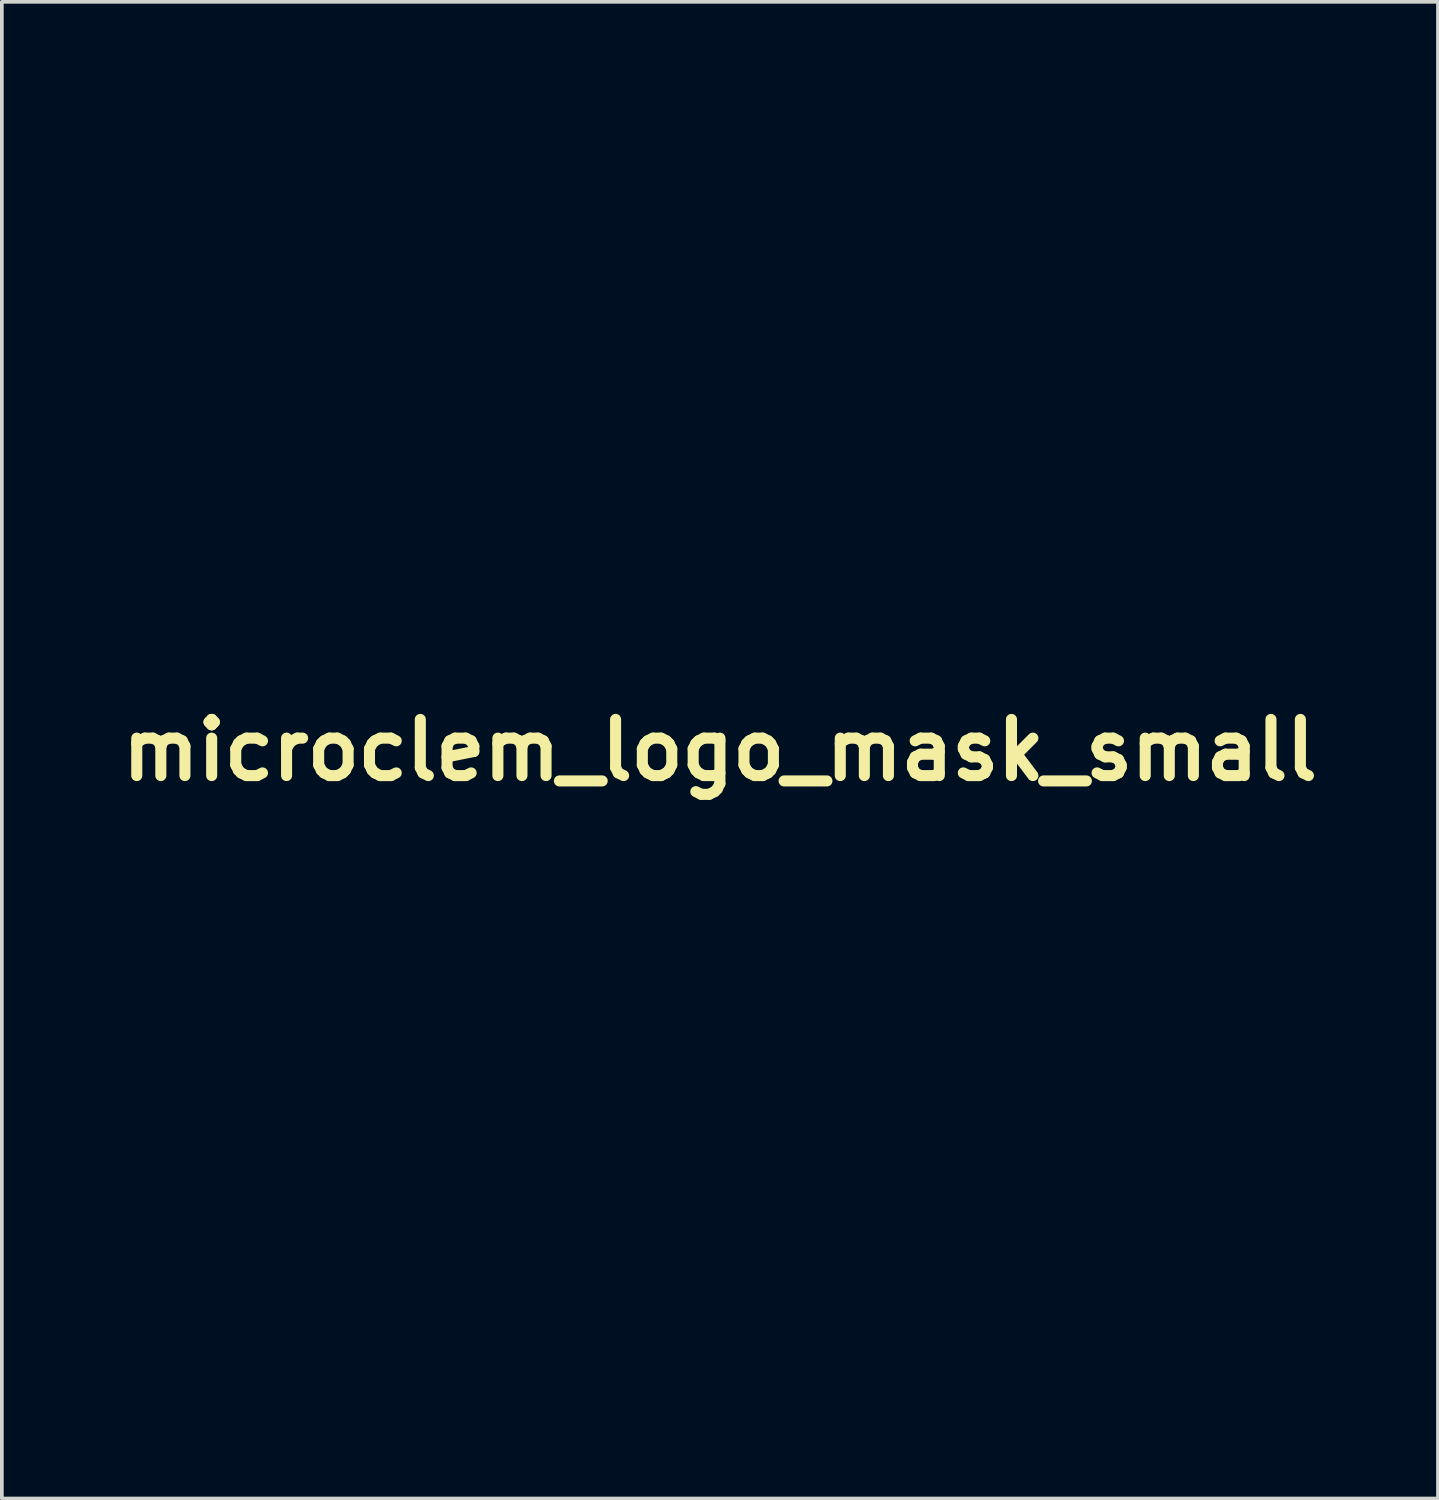
<source format=kicad_pcb>
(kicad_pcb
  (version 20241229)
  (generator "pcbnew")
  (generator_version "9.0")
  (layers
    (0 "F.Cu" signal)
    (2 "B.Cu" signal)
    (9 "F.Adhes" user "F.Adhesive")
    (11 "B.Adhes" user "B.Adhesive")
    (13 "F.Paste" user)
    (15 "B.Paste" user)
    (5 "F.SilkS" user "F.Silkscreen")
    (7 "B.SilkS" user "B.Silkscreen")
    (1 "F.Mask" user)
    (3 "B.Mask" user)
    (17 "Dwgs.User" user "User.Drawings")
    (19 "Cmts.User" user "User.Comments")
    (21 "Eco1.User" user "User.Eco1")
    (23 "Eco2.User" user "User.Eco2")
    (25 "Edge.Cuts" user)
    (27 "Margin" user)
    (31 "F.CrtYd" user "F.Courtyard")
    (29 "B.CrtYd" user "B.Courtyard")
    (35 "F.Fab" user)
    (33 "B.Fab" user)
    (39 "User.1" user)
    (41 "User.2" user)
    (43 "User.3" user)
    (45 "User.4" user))
  (footprint "microclem_logo_mask_small"
    (layer "F.Cu")
    (at 16.481 17.302)
    (property "Reference" "microclem_logo_mask_small" (at 0 0 0) (layer "F.SilkS") (effects (font (size 1.524 1.524) (thickness 0.3))))
    (attr through_hole)
    (fp_poly (pts (xy -2.718 -1.968) (xy -2.731 -1.956) (xy -2.743 -1.968) (xy -2.731 -1.981) (xy -2.718 -1.968)) (stroke (width 0.01) (type solid)) (fill yes) (layer "F.Mask"))
    (fp_poly (pts (xy -2.134 2.985) (xy -2.146 2.997) (xy -2.159 2.985) (xy -2.146 2.972) (xy -2.134 2.985)) (stroke (width 0.01) (type solid)) (fill yes) (layer "F.Mask"))
    (fp_poly (pts (xy 9.086 13.14) (xy 9.285 13.181) (xy 9.454 13.261) (xy 9.59 13.379) (xy 9.691 13.532) (xy 9.753 13.716) (xy 9.773 13.862) (xy 9.786 14.046) (xy 8.204 14.046) (xy 8.204 13.973) (xy 8.217 13.872) (xy 8.252 13.747) (xy 8.302 13.618) (xy 8.359 13.502) (xy 8.39 13.454) (xy 8.523 13.307) (xy 8.678 13.205) (xy 8.855 13.148) (xy 9.054 13.138) (xy 9.086 13.14)) (stroke (width 0.01) (type solid)) (fill yes) (layer "F.Mask"))
    (fp_poly (pts (xy 0.087 13.181) (xy 0.23 13.214) (xy 0.354 13.275) (xy 0.475 13.369) (xy 0.583 13.498) (xy 0.671 13.666) (xy 0.734 13.863) (xy 0.771 14.082) (xy 0.779 14.312) (xy 0.776 14.376) (xy 0.742 14.641) (xy 0.678 14.865) (xy 0.584 15.049) (xy 0.46 15.195) (xy 0.305 15.305) (xy 0.294 15.31) (xy 0.165 15.357) (xy 0.007 15.383) (xy -0.162 15.39) (xy -0.322 15.375) (xy -0.446 15.342) (xy -0.568 15.274) (xy -0.689 15.175) (xy -0.791 15.061) (xy -0.838 14.985) (xy -0.903 14.835) (xy -0.946 14.673) (xy -0.969 14.486) (xy -0.976 14.287) (xy -0.975 14.136) (xy -0.967 14.019) (xy -0.952 13.921) (xy -0.928 13.826) (xy -0.922 13.805) (xy -0.837 13.594) (xy -0.728 13.428) (xy -0.593 13.304) (xy -0.43 13.222) (xy -0.236 13.178) (xy -0.089 13.171) (xy 0.087 13.181)) (stroke (width 0.01) (type solid)) (fill yes) (layer "F.Mask"))
    (fp_poly (pts (xy -0.077 -0.242) (xy 0.009 -0.23) (xy 0.088 -0.221) (xy 0.156 -0.199) (xy 0.215 -0.139) (xy 0.223 -0.127) (xy 0.27 -0.06) (xy 0.313 -0.005) (xy 0.321 0.004) (xy 0.344 0.043) (xy 0.343 0.097) (xy 0.332 0.144) (xy 0.313 0.225) (xy 0.3 0.297) (xy 0.299 0.305) (xy 0.274 0.361) (xy 0.207 0.412) (xy 0.192 0.42) (xy 0.129 0.458) (xy 0.088 0.493) (xy 0.082 0.502) (xy 0.051 0.525) (xy -0.006 0.532) (xy -0.069 0.522) (xy -0.102 0.508) (xy -0.155 0.489) (xy -0.209 0.483) (xy -0.26 0.472) (xy -0.301 0.432) (xy -0.33 0.382) (xy -0.369 0.316) (xy -0.406 0.27) (xy -0.416 0.262) (xy -0.434 0.242) (xy -0.439 0.202) (xy -0.431 0.131) (xy -0.423 0.086) (xy -0.39 -0.042) (xy -0.349 -0.121) (xy -0.299 -0.152) (xy -0.293 -0.152) (xy -0.254 -0.17) (xy -0.214 -0.205) (xy -0.167 -0.241) (xy -0.107 -0.247) (xy -0.077 -0.242)) (stroke (width 0.01) (type solid)) (fill yes) (layer "F.Mask"))
    (fp_poly (pts (xy 15.875 17.297) (xy -15.85 17.297) (xy -15.85 12.802) (xy -13.64 12.802) (xy -13.64 15.773) (xy -13.183 15.773) (xy -13.183 14.806) (xy -13.183 13.84) (xy -13.062 13.596) (xy -12.969 13.422) (xy -12.884 13.295) (xy -12.803 13.211) (xy -12.724 13.166) (xy -12.666 13.157) (xy -12.592 13.168) (xy -12.543 13.207) (xy -12.529 13.226) (xy -12.519 13.245) (xy -12.51 13.271) (xy -12.503 13.307) (xy -12.497 13.36) (xy -12.492 13.432) (xy -12.488 13.528) (xy -12.485 13.653) (xy -12.483 13.812) (xy -12.48 14.008) (xy -12.478 14.245) (xy -12.477 14.529) (xy -12.477 14.534) (xy -12.469 15.773) (xy -12.014 15.773) (xy -12.014 13.839) (xy -11.884 13.585) (xy -11.795 13.422) (xy -11.717 13.302) (xy -11.646 13.221) (xy -11.578 13.174) (xy -11.508 13.157) (xy -11.497 13.157) (xy -11.424 13.168) (xy -11.374 13.207) (xy -11.361 13.226) (xy -11.35 13.245) (xy -11.342 13.271) (xy -11.334 13.307) (xy -11.328 13.36) (xy -11.324 13.432) (xy -11.32 13.528) (xy -11.317 13.653) (xy -11.314 13.811) (xy -11.312 14.007) (xy -11.31 14.245) (xy -11.308 14.529) (xy -11.308 14.534) (xy -11.301 15.773) (xy -10.843 15.773) (xy -10.846 15.342) (xy -10.287 15.342) (xy -10.287 15.773) (xy -7.925 15.773) (xy -7.925 15.342) (xy -8.814 15.342) (xy -8.814 14.225) (xy -7.41 14.225) (xy -7.406 14.527) (xy -7.361 14.801) (xy -7.279 15.047) (xy -7.159 15.261) (xy -7.003 15.442) (xy -6.812 15.589) (xy -6.587 15.699) (xy -6.385 15.759) (xy -6.229 15.782) (xy -6.041 15.792) (xy -5.837 15.789) (xy -5.634 15.774) (xy -5.448 15.748) (xy -5.321 15.718) (xy -5.118 15.659) (xy -5.111 15.434) (xy -5.108 15.327) (xy -5.109 15.261) (xy -5.117 15.229) (xy -5.132 15.221) (xy -5.149 15.226) (xy -5.445 15.322) (xy -5.721 15.372) (xy -5.978 15.377) (xy -6.068 15.367) (xy -6.291 15.318) (xy -6.477 15.237) (xy -6.626 15.122) (xy -6.741 14.972) (xy -6.823 14.784) (xy -6.876 14.556) (xy -6.885 14.486) (xy -6.893 14.219) (xy -6.858 13.96) (xy -6.805 13.781) (xy -6.733 13.641) (xy -6.626 13.502) (xy -6.497 13.378) (xy -6.359 13.282) (xy -6.329 13.267) (xy -6.177 13.214) (xy -5.993 13.187) (xy -5.791 13.184) (xy -5.582 13.205) (xy -5.38 13.25) (xy -5.216 13.309) (xy -5.105 13.358) (xy -5.105 12.901) (xy -5.188 12.867) (xy -5.36 12.813) (xy -5.435 12.802) (xy -4.369 12.802) (xy -4.369 15.773) (xy -3.861 15.773) (xy -3.861 14.313) (xy -1.481 14.313) (xy -1.468 14.594) (xy -1.428 14.837) (xy -1.361 15.049) (xy -1.263 15.238) (xy -1.132 15.409) (xy -1.12 15.423) (xy -0.949 15.573) (xy -0.744 15.69) (xy -0.509 15.772) (xy -0.371 15.8) (xy -0.248 15.81) (xy -0.097 15.81) (xy 0.061 15.799) (xy 0.204 15.779) (xy 0.254 15.769) (xy 0.46 15.697) (xy 0.659 15.587) (xy 0.835 15.446) (xy 0.851 15.431) (xy 1.012 15.239) (xy 1.134 15.026) (xy 1.218 14.787) (xy 1.266 14.518) (xy 1.278 14.249) (xy 1.278 14.225) (xy 1.861 14.225) (xy 1.865 14.527) (xy 1.91 14.801) (xy 1.992 15.047) (xy 2.112 15.261) (xy 2.268 15.442) (xy 2.459 15.589) (xy 2.684 15.699) (xy 2.886 15.759) (xy 3.042 15.782) (xy 3.23 15.792) (xy 3.434 15.789) (xy 3.637 15.774) (xy 3.823 15.748) (xy 3.95 15.718) (xy 4.153 15.659) (xy 4.16 15.434) (xy 4.163 15.342) (xy 4.851 15.342) (xy 4.851 15.773) (xy 7.214 15.773) (xy 7.214 15.342) (xy 6.325 15.342) (xy 6.325 14.344) (xy 7.684 14.344) (xy 7.692 14.55) (xy 7.714 14.737) (xy 7.731 14.819) (xy 7.814 15.072) (xy 7.931 15.287) (xy 8.082 15.465) (xy 8.268 15.607) (xy 8.491 15.712) (xy 8.749 15.783) (xy 8.849 15.799) (xy 8.965 15.809) (xy 9.117 15.811) (xy 9.287 15.807) (xy 9.463 15.797) (xy 9.627 15.782) (xy 9.703 15.772) (xy 9.816 15.753) (xy 9.934 15.732) (xy 10.001 15.718) (xy 10.135 15.689) (xy 10.135 15.487) (xy 10.134 15.387) (xy 10.13 15.328) (xy 10.12 15.301) (xy 10.101 15.295) (xy 10.077 15.301) (xy 9.919 15.336) (xy 9.736 15.364) (xy 9.538 15.383) (xy 9.339 15.394) (xy 9.15 15.395) (xy 8.983 15.387) (xy 8.849 15.368) (xy 8.813 15.359) (xy 8.623 15.279) (xy 8.463 15.161) (xy 8.338 15.011) (xy 8.252 14.834) (xy 8.208 14.637) (xy 8.204 14.55) (xy 8.204 14.427) (xy 10.284 14.427) (xy 10.301 14.312) (xy 10.307 14.229) (xy 10.307 14.118) (xy 10.301 14.004) (xy 10.301 14.001) (xy 10.256 13.713) (xy 10.176 13.461) (xy 10.063 13.245) (xy 9.916 13.068) (xy 9.737 12.929) (xy 9.527 12.83) (xy 9.412 12.802) (xy 10.871 12.802) (xy 10.871 15.773) (xy 11.328 15.773) (xy 11.328 13.84) (xy 11.449 13.596) (xy 11.542 13.422) (xy 11.627 13.295) (xy 11.708 13.211) (xy 11.787 13.166) (xy 11.845 13.157) (xy 11.919 13.168) (xy 11.968 13.207) (xy 11.982 13.226) (xy 11.992 13.245) (xy 12.001 13.271) (xy 12.008 13.307) (xy 12.014 13.36) (xy 12.019 13.432) (xy 12.023 13.528) (xy 12.026 13.653) (xy 12.028 13.812) (xy 12.031 14.008) (xy 12.033 14.245) (xy 12.034 14.529) (xy 12.034 14.534) (xy 12.042 15.773) (xy 12.497 15.773) (xy 12.497 13.839) (xy 12.627 13.585) (xy 12.716 13.422) (xy 12.794 13.302) (xy 12.865 13.221) (xy 12.933 13.174) (xy 13.003 13.157) (xy 13.014 13.157) (xy 13.087 13.168) (xy 13.137 13.207) (xy 13.15 13.226) (xy 13.161 13.245) (xy 13.169 13.271) (xy 13.177 13.307) (xy 13.183 13.36) (xy 13.187 13.432) (xy 13.191 13.528) (xy 13.194 13.653) (xy 13.197 13.811) (xy 13.199 14.007) (xy 13.201 14.245) (xy 13.203 14.529) (xy 13.203 14.534) (xy 13.21 15.773) (xy 13.668 15.773) (xy 13.66 14.51) (xy 13.658 14.224) (xy 13.656 13.984) (xy 13.654 13.785) (xy 13.652 13.624) (xy 13.649 13.495) (xy 13.645 13.393) (xy 13.641 13.314) (xy 13.635 13.254) (xy 13.627 13.208) (xy 13.618 13.17) (xy 13.608 13.137) (xy 13.595 13.105) (xy 13.524 12.972) (xy 13.431 12.863) (xy 13.327 12.789) (xy 13.302 12.778) (xy 13.186 12.754) (xy 13.054 12.755) (xy 12.93 12.78) (xy 12.881 12.8) (xy 12.767 12.879) (xy 12.661 12.998) (xy 12.559 13.161) (xy 12.53 13.216) (xy 12.438 13.399) (xy 12.407 13.219) (xy 12.367 13.049) (xy 12.31 12.922) (xy 12.231 12.835) (xy 12.126 12.781) (xy 11.989 12.756) (xy 11.975 12.755) (xy 11.832 12.762) (xy 11.707 12.803) (xy 11.595 12.883) (xy 11.49 13.005) (xy 11.387 13.173) (xy 11.372 13.201) (xy 11.33 13.278) (xy 11.299 13.317) (xy 11.277 13.317) (xy 11.264 13.273) (xy 11.257 13.184) (xy 11.254 13.047) (xy 11.254 13.037) (xy 11.252 12.802) (xy 10.871 12.802) (xy 9.412 12.802) (xy 9.285 12.77) (xy 9.021 12.751) (xy 8.769 12.771) (xy 8.543 12.832) (xy 8.338 12.937) (xy 8.148 13.088) (xy 8.116 13.119) (xy 7.966 13.295) (xy 7.849 13.495) (xy 7.758 13.729) (xy 7.743 13.78) (xy 7.709 13.942) (xy 7.69 14.136) (xy 7.684 14.344) (xy 6.325 14.344) (xy 6.325 11.582) (xy 4.928 11.582) (xy 4.928 11.989) (xy 5.817 11.989) (xy 5.817 15.342) (xy 4.851 15.342) (xy 4.163 15.342) (xy 4.163 15.327) (xy 4.162 15.261) (xy 4.154 15.229) (xy 4.139 15.221) (xy 4.122 15.226) (xy 3.826 15.322) (xy 3.55 15.372) (xy 3.293 15.377) (xy 3.203 15.367) (xy 2.98 15.318) (xy 2.794 15.237) (xy 2.645 15.122) (xy 2.53 14.972) (xy 2.448 14.784) (xy 2.395 14.556) (xy 2.386 14.486) (xy 2.378 14.219) (xy 2.413 13.96) (xy 2.466 13.781) (xy 2.538 13.641) (xy 2.645 13.502) (xy 2.774 13.378) (xy 2.912 13.282) (xy 2.942 13.267) (xy 3.094 13.214) (xy 3.278 13.187) (xy 3.48 13.184) (xy 3.689 13.205) (xy 3.891 13.25) (xy 4.055 13.309) (xy 4.166 13.358) (xy 4.166 12.901) (xy 4.083 12.867) (xy 3.911 12.813) (xy 3.698 12.78) (xy 3.443 12.766) (xy 3.378 12.765) (xy 3.225 12.767) (xy 3.108 12.773) (xy 3.012 12.787) (xy 2.921 12.809) (xy 2.883 12.82) (xy 2.628 12.924) (xy 2.407 13.065) (xy 2.222 13.242) (xy 2.073 13.452) (xy 1.962 13.694) (xy 1.89 13.965) (xy 1.861 14.225) (xy 1.278 14.225) (xy 1.272 14.025) (xy 1.252 13.842) (xy 1.235 13.757) (xy 1.15 13.498) (xy 1.03 13.276) (xy 0.876 13.091) (xy 0.69 12.945) (xy 0.474 12.839) (xy 0.228 12.774) (xy -0.046 12.751) (xy -0.055 12.751) (xy -0.255 12.758) (xy -0.425 12.784) (xy -0.585 12.832) (xy -0.728 12.893) (xy -0.93 13.016) (xy -1.107 13.178) (xy -1.251 13.372) (xy -1.302 13.466) (xy -1.377 13.632) (xy -1.428 13.784) (xy -1.461 13.939) (xy -1.477 14.112) (xy -1.481 14.313) (xy -3.861 14.313) (xy -3.861 13.814) (xy -3.6 13.553) (xy -3.431 13.395) (xy -3.279 13.279) (xy -3.14 13.204) (xy -3.009 13.167) (xy -2.88 13.166) (xy -2.798 13.182) (xy -2.669 13.237) (xy -2.571 13.326) (xy -2.501 13.452) (xy -2.458 13.619) (xy -2.445 13.735) (xy -2.431 13.919) (xy -1.93 13.919) (xy -1.931 13.811) (xy -1.941 13.673) (xy -1.966 13.519) (xy -2.001 13.369) (xy -2.044 13.241) (xy -2.065 13.194) (xy -2.176 13.027) (xy -2.317 12.899) (xy -2.489 12.812) (xy -2.694 12.764) (xy -2.785 12.756) (xy -2.991 12.763) (xy -3.184 12.808) (xy -3.37 12.894) (xy -3.556 13.024) (xy -3.725 13.18) (xy -3.796 13.25) (xy -3.854 13.304) (xy -3.89 13.332) (xy -3.895 13.335) (xy -3.902 13.311) (xy -3.907 13.247) (xy -3.911 13.154) (xy -3.912 13.068) (xy -3.912 12.802) (xy -4.369 12.802) (xy -5.435 12.802) (xy -5.573 12.78) (xy -5.828 12.766) (xy -5.893 12.765) (xy -6.046 12.767) (xy -6.163 12.773) (xy -6.259 12.787) (xy -6.35 12.809) (xy -6.388 12.82) (xy -6.643 12.924) (xy -6.864 13.065) (xy -7.049 13.242) (xy -7.198 13.452) (xy -7.309 13.694) (xy -7.381 13.965) (xy -7.41 14.225) (xy -8.814 14.225) (xy -8.814 12.802) (xy -10.211 12.802) (xy -10.211 13.208) (xy -9.322 13.208) (xy -9.322 15.342) (xy -10.287 15.342) (xy -10.846 15.342) (xy -10.851 14.51) (xy -10.853 14.224) (xy -10.855 13.984) (xy -10.857 13.785) (xy -10.859 13.624) (xy -10.862 13.495) (xy -10.866 13.393) (xy -10.87 13.314) (xy -10.876 13.254) (xy -10.884 13.208) (xy -10.893 13.17) (xy -10.903 13.137) (xy -10.916 13.105) (xy -10.987 12.972) (xy -11.08 12.863) (xy -11.184 12.789) (xy -11.209 12.778) (xy -11.325 12.754) (xy -11.457 12.755) (xy -11.581 12.78) (xy -11.63 12.8) (xy -11.744 12.879) (xy -11.85 12.998) (xy -11.952 13.161) (xy -11.981 13.216) (xy -12.073 13.399) (xy -12.104 13.219) (xy -12.144 13.049) (xy -12.201 12.922) (xy -12.28 12.835) (xy -12.385 12.781) (xy -12.522 12.756) (xy -12.536 12.755) (xy -12.679 12.762) (xy -12.804 12.803) (xy -12.916 12.883) (xy -13.021 13.005) (xy -13.124 13.173) (xy -13.139 13.201) (xy -13.181 13.278) (xy -13.212 13.317) (xy -13.234 13.317) (xy -13.247 13.273) (xy -13.254 13.184) (xy -13.257 13.047) (xy -13.257 13.037) (xy -13.259 12.802) (xy -13.64 12.802) (xy -15.85 12.802) (xy -15.85 11.983) (xy -9.536 11.983) (xy -9.526 12.034) (xy -9.479 12.136) (xy -9.402 12.229) (xy -9.309 12.297) (xy -9.262 12.317) (xy -9.189 12.336) (xy -9.137 12.34) (xy -9.079 12.329) (xy -9.041 12.319) (xy -8.942 12.27) (xy -8.852 12.188) (xy -8.785 12.089) (xy -8.763 12.029) (xy -8.758 11.899) (xy -8.796 11.775) (xy -8.869 11.669) (xy -8.971 11.591) (xy -9.046 11.562) (xy -9.177 11.552) (xy -9.298 11.584) (xy -9.402 11.651) (xy -9.482 11.745) (xy -9.529 11.858) (xy -9.536 11.983) (xy -15.85 11.983) (xy -15.85 8.133) (xy -5.913 8.133) (xy -5.902 8.223) (xy -5.86 8.342) (xy -5.791 8.484) (xy -5.697 8.639) (xy -5.583 8.801) (xy -5.572 8.817) (xy -5.496 8.907) (xy -5.39 9.019) (xy -5.265 9.144) (xy -5.132 9.271) (xy -4.999 9.39) (xy -4.877 9.492) (xy -4.845 9.517) (xy -4.631 9.66) (xy -4.379 9.794) (xy -4.099 9.914) (xy -3.804 10.017) (xy -3.505 10.099) (xy -3.214 10.154) (xy -2.943 10.181) (xy -2.908 10.182) (xy -2.835 10.181) (xy -2.725 10.177) (xy -2.593 10.171) (xy -2.451 10.162) (xy -2.423 10.16) (xy -2.264 10.145) (xy -2.084 10.122) (xy -1.895 10.092) (xy -1.708 10.058) (xy -1.535 10.022) (xy -1.386 9.985) (xy -1.272 9.951) (xy -1.245 9.94) (xy -1.156 9.903) (xy -1.19 9.877) (xy 1.403 9.877) (xy 1.424 9.92) (xy 1.424 9.921) (xy 1.485 9.968) (xy 1.587 10.019) (xy 1.721 10.07) (xy 1.878 10.119) (xy 2.049 10.161) (xy 2.223 10.195) (xy 2.288 10.199) (xy 2.393 10.201) (xy 2.526 10.199) (xy 2.675 10.195) (xy 2.83 10.188) (xy 2.979 10.18) (xy 3.111 10.171) (xy 3.214 10.16) (xy 3.239 10.157) (xy 3.476 10.105) (xy 3.737 10.021) (xy 4.008 9.912) (xy 4.277 9.781) (xy 4.534 9.636) (xy 4.765 9.482) (xy 4.937 9.345) (xy 5.069 9.22) (xy 5.216 9.063) (xy 5.37 8.888) (xy 5.52 8.705) (xy 5.656 8.528) (xy 5.74 8.408) (xy 5.829 8.271) (xy 5.911 8.141) (xy 5.98 8.024) (xy 6.032 7.928) (xy 6.064 7.861) (xy 6.071 7.836) (xy 6.049 7.83) (xy 5.995 7.835) (xy 5.984 7.837) (xy 5.925 7.844) (xy 5.899 7.83) (xy 5.888 7.783) (xy 5.888 7.783) (xy 5.879 7.736) (xy 5.862 7.732) (xy 5.842 7.749) (xy 5.797 7.788) (xy 5.733 7.836) (xy 5.715 7.849) (xy 5.659 7.89) (xy 5.574 7.953) (xy 5.475 8.029) (xy 5.393 8.093) (xy 5.233 8.214) (xy 5.069 8.327) (xy 4.893 8.437) (xy 4.697 8.551) (xy 4.471 8.672) (xy 4.208 8.806) (xy 4.166 8.827) (xy 3.983 8.916) (xy 3.802 9.002) (xy 3.629 9.08) (xy 3.47 9.148) (xy 3.333 9.205) (xy 3.224 9.245) (xy 3.15 9.268) (xy 3.127 9.271) (xy 3.094 9.278) (xy 3.023 9.297) (xy 2.924 9.326) (xy 2.808 9.361) (xy 2.802 9.362) (xy 2.663 9.402) (xy 2.494 9.446) (xy 2.314 9.491) (xy 2.141 9.53) (xy 2.104 9.538) (xy 1.942 9.574) (xy 1.82 9.604) (xy 1.728 9.633) (xy 1.654 9.663) (xy 1.588 9.698) (xy 1.563 9.714) (xy 1.468 9.78) (xy 1.416 9.832) (xy 1.403 9.877) (xy -1.19 9.877) (xy -1.219 9.854) (xy -1.271 9.82) (xy -1.308 9.804) (xy -1.308 9.804) (xy -1.309 9.791) (xy -1.276 9.759) (xy -1.272 9.756) (xy -1.232 9.722) (xy -1.231 9.705) (xy -1.259 9.694) (xy -1.3 9.686) (xy -1.382 9.673) (xy -1.495 9.656) (xy -1.628 9.638) (xy -1.714 9.627) (xy -1.94 9.595) (xy -2.148 9.559) (xy -2.35 9.517) (xy -2.556 9.465) (xy -2.779 9.401) (xy -3.029 9.323) (xy -3.234 9.255) (xy -3.681 9.091) (xy -4.098 8.913) (xy -4.499 8.712) (xy -4.899 8.48) (xy -5.208 8.283) (xy -5.348 8.193) (xy -5.458 8.129) (xy -5.548 8.086) (xy -5.63 8.06) (xy -5.657 8.053) (xy -5.77 8.033) (xy -5.843 8.03) (xy -5.886 8.048) (xy -5.907 8.09) (xy -5.913 8.133) (xy -15.85 8.133) (xy -15.85 7.998) (xy -0.075 7.998) (xy -0.075 8.163) (xy -0.07 8.303) (xy -0.062 8.411) (xy -0.049 8.477) (xy -0.049 8.477) (xy 0.003 8.563) (xy 0.09 8.645) (xy 0.199 8.712) (xy 0.313 8.753) (xy 0.33 8.756) (xy 0.382 8.768) (xy 0.404 8.777) (xy 0.43 8.772) (xy 0.484 8.748) (xy 0.516 8.731) (xy 0.62 8.644) (xy 0.691 8.542) (xy 0.74 8.438) (xy 0.793 8.295) (xy 0.848 8.122) (xy 0.901 7.929) (xy 0.95 7.727) (xy 0.958 7.688) (xy 0.971 7.618) (xy 0.982 7.541) (xy 0.99 7.451) (xy 0.995 7.34) (xy 0.999 7.202) (xy 1.001 7.03) (xy 1.002 6.817) (xy 1.003 6.706) (xy 1.003 6.485) (xy 1.002 6.306) (xy 1 6.159) (xy 0.996 6.037) (xy 0.989 5.93) (xy 0.979 5.828) (xy 0.966 5.723) (xy 0.949 5.607) (xy 0.926 5.469) (xy 0.919 5.423) (xy 0.888 5.244) (xy 0.855 5.058) (xy 0.823 4.882) (xy 0.794 4.728) (xy 0.772 4.623) (xy 0.74 4.473) (xy 0.706 4.308) (xy 0.674 4.153) (xy 0.659 4.078) (xy 0.634 3.967) (xy 0.607 3.871) (xy 0.583 3.805) (xy 0.571 3.784) (xy 0.54 3.733) (xy 0.533 3.704) (xy 0.519 3.661) (xy 0.487 3.622) (xy 0.452 3.601) (xy 0.427 3.608) (xy 0.425 3.612) (xy 0.411 3.614) (xy 0.395 3.576) (xy 0.393 3.569) (xy 0.369 3.509) (xy 0.337 3.458) (xy 0.307 3.431) (xy 0.293 3.432) (xy 0.284 3.465) (xy 0.273 3.54) (xy 0.26 3.651) (xy 0.246 3.79) (xy 0.232 3.949) (xy 0.218 4.121) (xy 0.206 4.299) (xy 0.204 4.343) (xy 0.193 4.502) (xy 0.179 4.696) (xy 0.161 4.912) (xy 0.142 5.135) (xy 0.123 5.351) (xy 0.115 5.436) (xy 0.096 5.641) (xy 0.076 5.857) (xy 0.058 6.069) (xy 0.042 6.264) (xy 0.03 6.428) (xy 0.026 6.49) (xy 0.013 6.67) (xy -0.003 6.873) (xy -0.02 7.075) (xy -0.036 7.252) (xy -0.039 7.274) (xy -0.053 7.448) (xy -0.064 7.632) (xy -0.071 7.818) (xy -0.075 7.998) (xy -15.85 7.998) (xy -15.85 2.807) (xy -10.095 2.807) (xy -10.09 3.091) (xy -10.072 3.34) (xy -10.038 3.565) (xy -9.985 3.779) (xy -9.91 3.994) (xy -9.81 4.222) (xy -9.683 4.474) (xy -9.649 4.538) (xy -9.49 4.802) (xy -9.314 5.043) (xy -9.107 5.272) (xy -8.895 5.474) (xy -8.755 5.595) (xy -8.607 5.713) (xy -8.456 5.827) (xy -8.308 5.933) (xy -8.166 6.028) (xy -8.037 6.108) (xy -7.925 6.171) (xy -7.834 6.214) (xy -7.771 6.232) (xy -7.74 6.224) (xy -7.738 6.207) (xy -7.75 6.134) (xy -7.749 6.098) (xy -7.731 6.088) (xy -7.703 6.089) (xy -7.658 6.087) (xy -7.645 6.075) (xy -7.66 6.049) (xy -7.669 6.037) (xy -5.969 6.037) (xy -5.969 6.161) (xy -5.958 6.273) (xy -5.927 6.391) (xy -5.884 6.495) (xy -5.843 6.557) (xy -5.773 6.599) (xy -5.669 6.619) (xy -5.546 6.615) (xy -5.414 6.589) (xy -5.316 6.554) (xy -5.14 6.466) (xy -4.944 6.351) (xy -4.742 6.22) (xy -4.548 6.08) (xy -4.377 5.943) (xy -4.335 5.906) (xy -4.047 5.636) (xy -3.784 5.37) (xy -3.537 5.098) (xy -3.3 4.811) (xy -3.063 4.5) (xy -2.82 4.154) (xy -2.71 3.992) (xy -2.623 3.86) (xy -2.527 3.717) (xy -2.437 3.581) (xy -2.38 3.497) (xy -2.303 3.375) (xy -2.233 3.249) (xy -2.177 3.134) (xy -2.14 3.039) (xy -2.129 2.997) (xy -2.13 2.94) (xy -2.146 2.91) (xy -2.163 2.911) (xy -2.18 2.914) (xy -2.172 2.896) (xy -2.154 2.847) (xy -2.143 2.788) (xy -2.134 2.712) (xy -2.204 2.757) (xy -2.28 2.81) (xy -2.376 2.885) (xy -2.498 2.986) (xy -2.648 3.117) (xy -2.768 3.223) (xy -2.861 3.305) (xy -2.984 3.411) (xy -3.13 3.535) (xy -3.29 3.671) (xy -3.455 3.809) (xy -3.605 3.934) (xy -3.766 4.068) (xy -3.927 4.204) (xy -4.082 4.334) (xy -4.221 4.451) (xy -4.336 4.55) (xy -4.418 4.621) (xy -4.523 4.713) (xy -4.654 4.826) (xy -4.798 4.948) (xy -4.941 5.069) (xy -5.016 5.132) (xy -5.161 5.257) (xy -5.321 5.4) (xy -5.479 5.546) (xy -5.619 5.682) (xy -5.671 5.733) (xy -5.969 6.037) (xy -7.669 6.037) (xy -7.701 5.99) (xy -7.763 5.904) (xy -7.842 5.797) (xy -7.933 5.676) (xy -7.938 5.669) (xy -8.041 5.53) (xy -8.144 5.387) (xy -8.238 5.251) (xy -8.316 5.135) (xy -8.359 5.066) (xy -8.416 4.965) (xy -8.489 4.83) (xy -8.572 4.67) (xy -8.662 4.496) (xy -8.752 4.316) (xy -8.838 4.142) (xy -8.916 3.983) (xy -8.979 3.848) (xy -9.023 3.748) (xy -9.023 3.747) (xy -9.085 3.584) (xy -9.153 3.384) (xy -9.223 3.159) (xy -9.291 2.92) (xy -9.355 2.68) (xy -9.41 2.452) (xy -9.445 2.292) (xy -9.479 2.131) (xy -9.511 2.009) (xy -9.542 1.915) (xy -9.578 1.836) (xy -9.604 1.79) (xy -9.674 1.682) (xy -9.728 1.616) (xy -9.773 1.587) (xy -9.809 1.588) (xy -9.856 1.629) (xy -9.908 1.715) (xy -9.961 1.838) (xy -10.012 1.995) (xy -10.028 2.053) (xy -10.052 2.142) (xy -10.069 2.22) (xy -10.081 2.298) (xy -10.088 2.386) (xy -10.093 2.494) (xy -10.095 2.632) (xy -10.095 2.807) (xy -15.85 2.807) (xy -15.85 0.581) (xy -8.687 0.581) (xy -8.663 0.673) (xy -8.596 0.766) (xy -8.494 0.851) (xy -8.435 0.886) (xy -8.336 0.93) (xy -8.2 0.979) (xy -8.04 1.03) (xy -7.869 1.077) (xy -7.701 1.119) (xy -7.547 1.151) (xy -7.455 1.165) (xy -7.338 1.175) (xy -7.18 1.183) (xy -6.993 1.188) (xy -6.786 1.191) (xy -6.569 1.191) (xy -6.353 1.188) (xy -6.149 1.183) (xy -5.966 1.176) (xy -5.815 1.166) (xy -5.726 1.157) (xy -5.572 1.135) (xy -5.398 1.109) (xy -5.212 1.08) (xy -5.024 1.049) (xy -4.843 1.018) (xy -4.678 0.988) (xy -4.539 0.962) (xy -4.433 0.941) (xy -4.381 0.928) (xy -4.296 0.907) (xy -4.182 0.882) (xy -4.06 0.857) (xy -4.026 0.85) (xy -3.911 0.824) (xy -3.795 0.789) (xy -3.689 0.751) (xy -3.603 0.712) (xy -3.547 0.678) (xy -3.531 0.655) (xy -3.51 0.637) (xy -3.486 0.633) (xy -3.459 0.629) (xy -3.477 0.616) (xy -3.493 0.61) (xy -3.543 0.588) (xy -3.493 0.585) (xy -3.442 0.572) (xy -3.392 0.545) (xy -3.36 0.514) (xy -3.359 0.493) (xy -3.39 0.477) (xy -3.452 0.461) (xy -3.548 0.447) (xy -3.681 0.432) (xy -3.857 0.416) (xy -4.079 0.4) (xy -4.167 0.394) (xy -4.374 0.38) (xy -4.613 0.362) (xy -4.868 0.341) (xy -5.121 0.32) (xy -5.355 0.299) (xy -5.364 0.299) (xy -2.768 0.299) (xy -2.76 0.36) (xy -2.726 0.444) (xy -2.668 0.56) (xy -2.621 0.659) (xy -2.581 0.751) (xy -2.557 0.82) (xy -2.554 0.83) (xy -2.509 0.941) (xy -2.417 1.067) (xy -2.278 1.211) (xy -2.146 1.326) (xy -2.047 1.411) (xy -1.955 1.491) (xy -1.882 1.558) (xy -1.844 1.596) (xy -1.799 1.648) (xy -1.786 1.683) (xy -1.8 1.719) (xy -1.809 1.732) (xy -1.835 1.792) (xy -1.858 1.877) (xy -1.865 1.918) (xy -1.878 2.004) (xy -1.892 2.077) (xy -1.896 2.1) (xy -1.89 2.142) (xy -1.847 2.185) (xy -1.765 2.229) (xy -1.638 2.279) (xy -1.535 2.313) (xy -1.442 2.345) (xy -1.365 2.377) (xy -1.321 2.402) (xy -1.32 2.403) (xy -1.237 2.446) (xy -1.113 2.471) (xy -0.951 2.479) (xy -0.758 2.468) (xy -0.74 2.466) (xy -0.609 2.454) (xy -0.48 2.445) (xy -0.371 2.439) (xy -0.325 2.438) (xy -0.243 2.44) (xy -0.197 2.449) (xy -0.174 2.473) (xy -0.158 2.519) (xy -0.157 2.524) (xy -0.128 2.591) (xy -0.08 2.676) (xy -0.035 2.741) (xy 0.021 2.812) (xy 0.061 2.849) (xy 0.097 2.861) (xy 0.139 2.856) (xy 0.197 2.838) (xy 0.284 2.802) (xy 0.384 2.756) (xy 0.414 2.741) (xy 0.508 2.696) (xy 0.588 2.661) (xy 0.64 2.643) (xy 0.65 2.642) (xy 0.723 2.621) (xy 0.815 2.565) (xy 0.92 2.478) (xy 1.029 2.367) (xy 1.084 2.303) (xy 1.144 2.231) (xy 2.54 2.231) (xy 2.557 2.267) (xy 2.604 2.337) (xy 2.678 2.433) (xy 2.775 2.552) (xy 2.891 2.688) (xy 3.006 2.819) (xy 3.095 2.921) (xy 3.209 3.053) (xy 3.34 3.206) (xy 3.479 3.371) (xy 3.618 3.537) (xy 3.718 3.658) (xy 3.856 3.824) (xy 4.002 3.998) (xy 4.147 4.171) (xy 4.283 4.331) (xy 4.401 4.47) (xy 4.467 4.547) (xy 4.588 4.687) (xy 4.72 4.841) (xy 4.851 4.994) (xy 4.967 5.131) (xy 5.009 5.182) (xy 5.1 5.287) (xy 5.206 5.405) (xy 5.321 5.529) (xy 5.439 5.652) (xy 5.554 5.769) (xy 5.66 5.874) (xy 5.751 5.96) (xy 5.821 6.021) (xy 5.864 6.052) (xy 5.867 6.053) (xy 5.902 6.064) (xy 5.938 6.067) (xy 5.989 6.063) (xy 6.071 6.05) (xy 6.114 6.042) (xy 6.26 6.002) (xy 6.363 5.938) (xy 6.404 5.877) (xy 7.85 5.877) (xy 7.852 5.956) (xy 7.866 6.003) (xy 7.868 6.005) (xy 7.912 6.017) (xy 7.989 6.007) (xy 8.088 5.977) (xy 8.197 5.93) (xy 8.255 5.9) (xy 8.464 5.775) (xy 8.652 5.643) (xy 8.828 5.494) (xy 9.003 5.32) (xy 9.186 5.112) (xy 9.275 5.004) (xy 9.456 4.747) (xy 9.618 4.449) (xy 9.758 4.118) (xy 9.873 3.762) (xy 9.956 3.404) (xy 9.97 3.296) (xy 9.979 3.15) (xy 9.984 2.979) (xy 9.985 2.795) (xy 9.981 2.61) (xy 9.972 2.438) (xy 9.959 2.291) (xy 9.957 2.279) (xy 9.934 2.118) (xy 9.905 1.947) (xy 9.871 1.777) (xy 9.836 1.616) (xy 9.8 1.475) (xy 9.766 1.361) (xy 9.737 1.286) (xy 9.728 1.27) (xy 9.707 1.249) (xy 9.692 1.272) (xy 9.688 1.287) (xy 9.653 1.344) (xy 9.601 1.359) (xy 9.551 1.334) (xy 9.534 1.322) (xy 9.52 1.326) (xy 9.508 1.354) (xy 9.496 1.411) (xy 9.482 1.506) (xy 9.464 1.644) (xy 9.464 1.645) (xy 9.431 1.893) (xy 9.398 2.108) (xy 9.364 2.302) (xy 9.325 2.485) (xy 9.278 2.668) (xy 9.222 2.863) (xy 9.153 3.081) (xy 9.068 3.332) (xy 9.046 3.396) (xy 8.858 3.893) (xy 8.645 4.362) (xy 8.399 4.817) (xy 8.112 5.275) (xy 8.111 5.277) (xy 8.036 5.394) (xy 7.969 5.507) (xy 7.917 5.605) (xy 7.886 5.675) (xy 7.884 5.681) (xy 7.861 5.78) (xy 7.85 5.877) (xy 6.404 5.877) (xy 6.423 5.849) (xy 6.442 5.731) (xy 6.422 5.582) (xy 6.402 5.511) (xy 6.356 5.393) (xy 6.284 5.248) (xy 6.193 5.085) (xy 6.089 4.915) (xy 5.98 4.751) (xy 5.871 4.601) (xy 5.782 4.492) (xy 5.626 4.321) (xy 5.448 4.138) (xy 5.256 3.949) (xy 5.06 3.764) (xy 4.867 3.59) (xy 4.686 3.435) (xy 4.527 3.308) (xy 4.469 3.265) (xy 4.192 3.068) (xy 3.934 2.888) (xy 3.698 2.726) (xy 3.487 2.585) (xy 3.304 2.467) (xy 3.152 2.373) (xy 3.034 2.305) (xy 2.953 2.266) (xy 2.939 2.261) (xy 2.829 2.231) (xy 2.757 2.223) (xy 2.727 2.237) (xy 2.729 2.252) (xy 2.731 2.273) (xy 2.706 2.262) (xy 2.686 2.249) (xy 2.629 2.22) (xy 2.576 2.21) (xy 2.543 2.22) (xy 2.54 2.231) (xy 1.144 2.231) (xy 1.222 2.138) (xy 1.333 2.013) (xy 1.417 1.929) (xy 1.473 1.886) (xy 1.492 1.88) (xy 1.538 1.893) (xy 1.582 1.916) (xy 1.636 1.938) (xy 1.722 1.958) (xy 1.805 1.97) (xy 1.887 1.977) (xy 1.947 1.972) (xy 1.992 1.948) (xy 2.029 1.899) (xy 2.065 1.817) (xy 2.108 1.694) (xy 2.118 1.666) (xy 2.152 1.569) (xy 2.184 1.488) (xy 2.208 1.439) (xy 2.212 1.432) (xy 2.234 1.39) (xy 2.26 1.318) (xy 2.275 1.265) (xy 2.286 1.224) (xy 2.294 1.185) (xy 2.299 1.143) (xy 2.3 1.09) (xy 2.298 1.02) (xy 2.293 0.926) (xy 2.284 0.802) (xy 2.27 0.641) (xy 2.253 0.436) (xy 2.251 0.415) (xy 2.254 0.32) (xy 2.286 0.268) (xy 2.334 0.254) (xy 2.379 0.239) (xy 2.449 0.2) (xy 2.53 0.145) (xy 2.608 0.083) (xy 2.633 0.061) (xy 2.664 0.023) (xy 2.675 -0.023) (xy 2.665 -0.086) (xy 2.632 -0.173) (xy 2.604 -0.23) (xy 3.256 -0.23) (xy 3.257 -0.214) (xy 3.296 -0.199) (xy 3.382 -0.184) (xy 3.512 -0.167) (xy 3.682 -0.151) (xy 3.89 -0.135) (xy 3.988 -0.128) (xy 4.13 -0.118) (xy 4.312 -0.104) (xy 4.521 -0.087) (xy 4.748 -0.068) (xy 4.98 -0.048) (xy 5.207 -0.028) (xy 5.245 -0.024) (xy 5.477 -0.004) (xy 5.723 0.018) (xy 5.97 0.039) (xy 6.206 0.059) (xy 6.418 0.076) (xy 6.593 0.089) (xy 6.604 0.09) (xy 6.765 0.103) (xy 6.908 0.115) (xy 7.026 0.126) (xy 7.111 0.134) (xy 7.156 0.14) (xy 7.161 0.142) (xy 7.188 0.145) (xy 7.259 0.148) (xy 7.366 0.15) (xy 7.501 0.151) (xy 7.658 0.152) (xy 7.735 0.152) (xy 7.919 0.152) (xy 8.06 0.151) (xy 8.163 0.148) (xy 8.237 0.144) (xy 8.288 0.136) (xy 8.323 0.126) (xy 8.35 0.112) (xy 8.366 0.1) (xy 8.433 0.029) (xy 8.5 -0.07) (xy 8.555 -0.177) (xy 8.584 -0.262) (xy 8.581 -0.362) (xy 8.529 -0.457) (xy 8.429 -0.548) (xy 8.283 -0.633) (xy 8.093 -0.711) (xy 7.86 -0.783) (xy 7.586 -0.846) (xy 7.433 -0.875) (xy 7.317 -0.89) (xy 7.16 -0.901) (xy 6.972 -0.909) (xy 6.763 -0.914) (xy 6.541 -0.916) (xy 6.317 -0.915) (xy 6.101 -0.91) (xy 5.902 -0.903) (xy 5.729 -0.892) (xy 5.593 -0.878) (xy 5.586 -0.877) (xy 5.324 -0.838) (xy 5.059 -0.795) (xy 4.798 -0.75) (xy 4.546 -0.704) (xy 4.31 -0.657) (xy 4.093 -0.611) (xy 3.904 -0.568) (xy 3.746 -0.528) (xy 3.627 -0.492) (xy 3.551 -0.462) (xy 3.543 -0.458) (xy 3.448 -0.402) (xy 3.391 -0.365) (xy 3.369 -0.341) (xy 3.375 -0.326) (xy 3.383 -0.322) (xy 3.394 -0.311) (xy 3.37 -0.307) (xy 3.325 -0.293) (xy 3.282 -0.263) (xy 3.256 -0.23) (xy 2.604 -0.23) (xy 2.574 -0.294) (xy 2.557 -0.327) (xy 2.512 -0.42) (xy 2.475 -0.506) (xy 2.454 -0.566) (xy 2.454 -0.567) (xy 2.423 -0.651) (xy 2.366 -0.74) (xy 2.279 -0.841) (xy 2.157 -0.958) (xy 2.014 -1.082) (xy 1.911 -1.17) (xy 1.822 -1.249) (xy 1.755 -1.312) (xy 1.716 -1.352) (xy 1.71 -1.36) (xy 1.71 -1.404) (xy 1.726 -1.473) (xy 1.737 -1.504) (xy 1.764 -1.598) (xy 1.785 -1.706) (xy 1.789 -1.745) (xy 1.793 -1.816) (xy 1.784 -1.869) (xy 1.753 -1.91) (xy 1.695 -1.946) (xy 1.601 -1.984) (xy 1.489 -2.023) (xy 1.381 -2.061) (xy 1.281 -2.102) (xy 1.207 -2.137) (xy 1.198 -2.142) (xy 1.133 -2.169) (xy 1.044 -2.187) (xy 0.924 -2.195) (xy 0.769 -2.195) (xy 0.573 -2.186) (xy 0.401 -2.175) (xy 0.273 -2.166) (xy 0.188 -2.162) (xy 0.135 -2.163) (xy 0.106 -2.172) (xy 0.093 -2.188) (xy 0.088 -2.2) (xy 0.017 -2.356) (xy -0.087 -2.498) (xy -0.1 -2.511) (xy 2.021 -2.511) (xy 2.021 -2.471) (xy 2.054 -2.466) (xy 2.12 -2.497) (xy 2.215 -2.564) (xy 2.29 -2.623) (xy 2.381 -2.698) (xy 2.496 -2.797) (xy 2.624 -2.907) (xy 2.75 -3.017) (xy 2.786 -3.048) (xy 2.897 -3.145) (xy 3.038 -3.265) (xy 3.196 -3.399) (xy 3.36 -3.536) (xy 3.521 -3.669) (xy 3.569 -3.708) (xy 3.725 -3.838) (xy 3.89 -3.975) (xy 4.052 -4.111) (xy 4.2 -4.237) (xy 4.323 -4.342) (xy 4.355 -4.37) (xy 4.483 -4.481) (xy 4.621 -4.599) (xy 4.753 -4.711) (xy 4.866 -4.805) (xy 4.889 -4.824) (xy 4.982 -4.903) (xy 5.099 -5.008) (xy 5.231 -5.131) (xy 5.368 -5.26) (xy 5.493 -5.382) (xy 5.867 -5.752) (xy 5.867 -5.801) (xy 7.548 -5.801) (xy 7.567 -5.762) (xy 7.618 -5.691) (xy 7.62 -5.688) (xy 7.684 -5.603) (xy 7.751 -5.515) (xy 7.768 -5.493) (xy 7.818 -5.426) (xy 7.886 -5.337) (xy 7.959 -5.242) (xy 7.971 -5.226) (xy 8.045 -5.126) (xy 8.13 -5.002) (xy 8.212 -4.875) (xy 8.245 -4.822) (xy 8.314 -4.703) (xy 8.396 -4.552) (xy 8.488 -4.379) (xy 8.583 -4.192) (xy 8.678 -4.002) (xy 8.768 -3.818) (xy 8.849 -3.648) (xy 8.915 -3.502) (xy 8.962 -3.39) (xy 8.97 -3.369) (xy 9.047 -3.145) (xy 9.127 -2.891) (xy 9.205 -2.621) (xy 9.276 -2.352) (xy 9.337 -2.098) (xy 9.383 -1.875) (xy 9.386 -1.859) (xy 9.415 -1.724) (xy 9.447 -1.622) (xy 9.49 -1.536) (xy 9.518 -1.491) (xy 9.589 -1.39) (xy 9.643 -1.332) (xy 9.688 -1.314) (xy 9.731 -1.334) (xy 9.782 -1.392) (xy 9.807 -1.427) (xy 9.834 -1.479) (xy 9.867 -1.569) (xy 9.904 -1.682) (xy 9.935 -1.797) (xy 9.966 -1.922) (xy 9.987 -2.025) (xy 10.001 -2.121) (xy 10.008 -2.227) (xy 10.01 -2.356) (xy 10.01 -2.477) (xy 10.003 -2.774) (xy 9.985 -3.03) (xy 9.954 -3.252) (xy 9.932 -3.362) (xy 9.888 -3.517) (xy 9.82 -3.702) (xy 9.733 -3.905) (xy 9.633 -4.114) (xy 9.527 -4.317) (xy 9.418 -4.503) (xy 9.365 -4.585) (xy 9.241 -4.747) (xy 9.079 -4.925) (xy 8.889 -5.111) (xy 8.679 -5.298) (xy 8.458 -5.479) (xy 8.233 -5.647) (xy 8.013 -5.794) (xy 7.807 -5.913) (xy 7.777 -5.928) (xy 7.643 -5.997) (xy 7.655 -5.894) (xy 7.66 -5.829) (xy 7.651 -5.803) (xy 7.622 -5.803) (xy 7.605 -5.807) (xy 7.561 -5.814) (xy 7.548 -5.801) (xy 5.867 -5.801) (xy 5.867 -5.892) (xy 5.846 -6.077) (xy 5.785 -6.232) (xy 5.759 -6.274) (xy 5.731 -6.307) (xy 5.696 -6.326) (xy 5.64 -6.335) (xy 5.549 -6.337) (xy 5.53 -6.337) (xy 5.443 -6.335) (xy 5.372 -6.327) (xy 5.304 -6.308) (xy 5.222 -6.273) (xy 5.112 -6.218) (xy 5.105 -6.215) (xy 4.896 -6.102) (xy 4.705 -5.985) (xy 4.521 -5.855) (xy 4.333 -5.705) (xy 4.133 -5.527) (xy 3.967 -5.371) (xy 3.665 -5.068) (xy 3.401 -4.779) (xy 3.175 -4.506) (xy 3.028 -4.305) (xy 2.965 -4.215) (xy 2.886 -4.103) (xy 2.802 -3.987) (xy 2.766 -3.937) (xy 2.683 -3.821) (xy 2.596 -3.696) (xy 2.52 -3.583) (xy 2.494 -3.543) (xy 2.424 -3.435) (xy 2.342 -3.308) (xy 2.263 -3.187) (xy 2.247 -3.162) (xy 2.184 -3.06) (xy 2.13 -2.961) (xy 2.092 -2.882) (xy 2.083 -2.857) (xy 2.059 -2.789) (xy 2.037 -2.742) (xy 2.032 -2.735) (xy 2.021 -2.699) (xy 2.028 -2.658) (xy 2.048 -2.631) (xy 2.063 -2.632) (xy 2.071 -2.625) (xy 2.055 -2.588) (xy 2.021 -2.511) (xy -0.1 -2.511) (xy -0.133 -2.545) (xy -0.176 -2.572) (xy -0.225 -2.578) (xy -0.291 -2.562) (xy -0.382 -2.524) (xy -0.509 -2.463) (xy -0.514 -2.46) (xy -0.609 -2.415) (xy -0.692 -2.381) (xy -0.748 -2.364) (xy -0.759 -2.362) (xy -0.821 -2.342) (xy -0.906 -2.286) (xy -1.008 -2.2) (xy -1.122 -2.087) (xy -1.241 -1.954) (xy -1.25 -1.943) (xy -1.333 -1.846) (xy -1.41 -1.757) (xy -1.473 -1.688) (xy -1.508 -1.653) (xy -1.555 -1.614) (xy -1.592 -1.605) (xy -1.644 -1.624) (xy -1.662 -1.632) (xy -1.735 -1.658) (xy -1.834 -1.68) (xy -1.904 -1.691) (xy -1.986 -1.698) (xy -2.046 -1.692) (xy -2.089 -1.666) (xy -2.125 -1.611) (xy -2.161 -1.522) (xy -2.196 -1.418) (xy -2.234 -1.312) (xy -2.275 -1.212) (xy -2.31 -1.139) (xy -2.313 -1.133) (xy -2.347 -1.059) (xy -2.369 -0.967) (xy -2.381 -0.85) (xy -2.381 -0.7) (xy -2.371 -0.512) (xy -2.363 -0.411) (xy -2.352 -0.252) (xy -2.347 -0.136) (xy -2.351 -0.057) (xy -2.365 -0.009) (xy -2.39 0.017) (xy -2.426 0.025) (xy -2.438 0.025) (xy -2.479 0.04) (xy -2.546 0.08) (xy -2.624 0.135) (xy -2.632 0.141) (xy -2.705 0.2) (xy -2.75 0.249) (xy -2.768 0.299) (xy -5.364 0.299) (xy -5.422 0.293) (xy -5.788 0.259) (xy -6.11 0.231) (xy -6.395 0.206) (xy -6.647 0.187) (xy -6.874 0.17) (xy -7.081 0.158) (xy -7.276 0.148) (xy -7.464 0.141) (xy -7.651 0.136) (xy -7.78 0.133) (xy -8.41 0.123) (xy -8.499 0.22) (xy -8.571 0.312) (xy -8.632 0.414) (xy -8.673 0.511) (xy -8.687 0.581) (xy -15.85 0.581) (xy -15.85 -2.62) (xy -10.085 -2.62) (xy -10.075 -2.292) (xy -10.042 -1.947) (xy -9.986 -1.595) (xy -9.967 -1.499) (xy -9.924 -1.304) (xy -9.885 -1.158) (xy -9.851 -1.06) (xy -9.82 -1.006) (xy -9.791 -0.998) (xy -9.763 -1.031) (xy -9.754 -1.054) (xy -9.723 -1.107) (xy -9.691 -1.113) (xy -9.668 -1.079) (xy -9.645 -1.043) (xy -9.622 -1.057) (xy -9.6 -1.121) (xy -9.58 -1.235) (xy -9.579 -1.238) (xy -9.564 -1.349) (xy -9.544 -1.489) (xy -9.524 -1.637) (xy -9.511 -1.727) (xy -9.488 -1.877) (xy -9.458 -2.039) (xy -9.426 -2.19) (xy -9.408 -2.261) (xy -9.366 -2.411) (xy -9.312 -2.588) (xy -9.249 -2.785) (xy -9.181 -2.99) (xy -9.11 -3.196) (xy -9.039 -3.392) (xy -8.972 -3.571) (xy -8.912 -3.723) (xy -8.862 -3.839) (xy -8.847 -3.872) (xy -8.695 -4.165) (xy -8.543 -4.445) (xy -8.394 -4.701) (xy -8.256 -4.923) (xy -8.22 -4.978) (xy -8.11 -5.151) (xy -8.032 -5.297) (xy -7.982 -5.424) (xy -7.964 -5.506) (xy -6.535 -5.506) (xy -6.535 -5.389) (xy -6.501 -5.248) (xy -6.434 -5.08) (xy -6.332 -4.883) (xy -6.195 -4.654) (xy -6.11 -4.523) (xy -6.042 -4.426) (xy -5.963 -4.324) (xy -5.867 -4.212) (xy -5.749 -4.083) (xy -5.604 -3.931) (xy -5.455 -3.781) (xy -5.315 -3.641) (xy -5.176 -3.506) (xy -5.044 -3.382) (xy -4.927 -3.275) (xy -4.833 -3.193) (xy -4.775 -3.147) (xy -4.527 -2.965) (xy -4.284 -2.791) (xy -4.05 -2.626) (xy -3.83 -2.475) (xy -3.627 -2.339) (xy -3.446 -2.221) (xy -3.292 -2.124) (xy -3.167 -2.052) (xy -3.077 -2.006) (xy -3.051 -1.996) (xy -2.959 -1.975) (xy -2.865 -1.969) (xy -2.863 -1.969) (xy -2.798 -1.967) (xy -2.758 -1.957) (xy -2.754 -1.953) (xy -2.723 -1.938) (xy -2.677 -1.941) (xy -2.645 -1.959) (xy -2.642 -1.969) (xy -2.659 -2.005) (xy -2.708 -2.076) (xy -2.787 -2.177) (xy -2.894 -2.306) (xy -3.026 -2.46) (xy -3.164 -2.616) (xy -3.254 -2.719) (xy -3.368 -2.852) (xy -3.498 -3.006) (xy -3.637 -3.17) (xy -3.774 -3.335) (xy -3.862 -3.442) (xy -3.995 -3.602) (xy -4.132 -3.766) (xy -4.265 -3.925) (xy -4.388 -4.069) (xy -4.491 -4.19) (xy -4.547 -4.255) (xy -4.659 -4.384) (xy -4.789 -4.535) (xy -4.92 -4.689) (xy -5.037 -4.828) (xy -5.046 -4.839) (xy -5.165 -4.976) (xy -5.293 -5.119) (xy -5.426 -5.26) (xy -5.557 -5.395) (xy -5.682 -5.518) (xy -5.795 -5.623) (xy -5.889 -5.705) (xy -5.96 -5.758) (xy -5.994 -5.776) (xy -6.079 -5.784) (xy -6.188 -5.772) (xy -6.301 -5.745) (xy -6.397 -5.706) (xy -6.44 -5.678) (xy -6.503 -5.602) (xy -6.535 -5.506) (xy -7.964 -5.506) (xy -7.956 -5.542) (xy -7.951 -5.623) (xy -7.95 -5.747) (xy -8.063 -5.734) (xy -8.194 -5.701) (xy -8.347 -5.63) (xy -8.517 -5.526) (xy -8.698 -5.395) (xy -8.883 -5.24) (xy -9.066 -5.067) (xy -9.242 -4.881) (xy -9.405 -4.685) (xy -9.443 -4.636) (xy -9.58 -4.427) (xy -9.709 -4.178) (xy -9.827 -3.9) (xy -9.929 -3.603) (xy -10.011 -3.297) (xy -10.034 -3.188) (xy -10.072 -2.922) (xy -10.085 -2.62) (xy -15.85 -2.62) (xy -15.85 -6.483) (xy -1.096 -6.483) (xy -1.095 -6.256) (xy -1.092 -6.044) (xy -1.087 -5.856) (xy -1.081 -5.7) (xy -1.073 -5.582) (xy -1.068 -5.537) (xy -1.048 -5.402) (xy -1.023 -5.241) (xy -0.994 -5.062) (xy -0.963 -4.875) (xy -0.932 -4.689) (xy -0.901 -4.514) (xy -0.873 -4.359) (xy -0.849 -4.232) (xy -0.831 -4.144) (xy -0.827 -4.128) (xy -0.805 -4.032) (xy -0.776 -3.909) (xy -0.747 -3.778) (xy -0.736 -3.727) (xy -0.711 -3.623) (xy -0.687 -3.541) (xy -0.668 -3.49) (xy -0.659 -3.48) (xy -0.638 -3.459) (xy -0.635 -3.442) (xy -0.623 -3.408) (xy -0.614 -3.404) (xy -0.589 -3.383) (xy -0.563 -3.339) (xy -0.534 -3.297) (xy -0.508 -3.289) (xy -0.488 -3.281) (xy -0.483 -3.251) (xy -0.473 -3.215) (xy -0.457 -3.213) (xy -0.434 -3.211) (xy -0.432 -3.202) (xy -0.416 -3.176) (xy -0.41 -3.175) (xy -0.396 -3.198) (xy -0.379 -3.259) (xy -0.362 -3.346) (xy -0.36 -3.359) (xy -0.347 -3.464) (xy -0.333 -3.6) (xy -0.322 -3.745) (xy -0.316 -3.835) (xy -0.309 -3.943) (xy -0.299 -4.091) (xy -0.285 -4.267) (xy -0.269 -4.461) (xy -0.251 -4.662) (xy -0.239 -4.801) (xy -0.22 -5.004) (xy -0.202 -5.211) (xy -0.184 -5.411) (xy -0.169 -5.592) (xy -0.156 -5.742) (xy -0.15 -5.817) (xy -0.14 -5.949) (xy -0.126 -6.119) (xy -0.11 -6.311) (xy -0.093 -6.511) (xy -0.077 -6.705) (xy -0.075 -6.732) (xy -0.059 -6.934) (xy -0.046 -7.154) (xy -0.035 -7.375) (xy -0.028 -7.579) (xy -0.025 -7.75) (xy -0.025 -7.754) (xy -0.025 -8.202) (xy -0.1 -8.287) (xy -0.19 -8.367) (xy -0.304 -8.438) (xy -0.419 -8.487) (xy -0.462 -8.497) (xy -0.548 -8.489) (xy -0.64 -8.441) (xy -0.725 -8.362) (xy -0.772 -8.295) (xy -0.838 -8.159) (xy -0.905 -7.976) (xy -0.97 -7.749) (xy -1.027 -7.512) (xy -1.047 -7.422) (xy -1.062 -7.342) (xy -1.074 -7.264) (xy -1.082 -7.181) (xy -1.088 -7.084) (xy -1.092 -6.965) (xy -1.094 -6.816) (xy -1.095 -6.63) (xy -1.096 -6.483) (xy -15.85 -6.483) (xy -15.85 -7.556) (xy -6.166 -7.556) (xy -6.164 -7.553) (xy -6.138 -7.554) (xy -6.082 -7.564) (xy -6.068 -7.567) (xy -6.009 -7.578) (xy -5.986 -7.569) (xy -5.987 -7.535) (xy -5.989 -7.527) (xy -5.991 -7.482) (xy -5.982 -7.468) (xy -5.957 -7.482) (xy -5.898 -7.523) (xy -5.811 -7.584) (xy -5.704 -7.663) (xy -5.583 -7.753) (xy -5.575 -7.759) (xy -5.412 -7.879) (xy -5.265 -7.984) (xy -5.127 -8.077) (xy -4.988 -8.164) (xy -4.839 -8.25) (xy -4.672 -8.34) (xy -4.477 -8.441) (xy -4.247 -8.556) (xy -4.199 -8.58) (xy -3.783 -8.773) (xy -3.373 -8.936) (xy -2.953 -9.074) (xy -2.509 -9.193) (xy -2.169 -9.269) (xy -2.017 -9.301) (xy -1.904 -9.329) (xy -1.818 -9.357) (xy -1.748 -9.388) (xy -1.683 -9.427) (xy -1.669 -9.436) (xy -1.569 -9.509) (xy -1.516 -9.569) (xy -1.508 -9.622) (xy -1.509 -9.623) (xy 1.067 -9.623) (xy 1.086 -9.602) (xy 1.09 -9.601) (xy 1.125 -9.585) (xy 1.155 -9.56) (xy 1.182 -9.525) (xy 1.172 -9.494) (xy 1.155 -9.474) (xy 1.137 -9.45) (xy 1.142 -9.433) (xy 1.178 -9.42) (xy 1.253 -9.406) (xy 1.287 -9.4) (xy 1.385 -9.385) (xy 1.515 -9.367) (xy 1.657 -9.347) (xy 1.765 -9.333) (xy 1.925 -9.309) (xy 2.104 -9.276) (xy 2.277 -9.24) (xy 2.362 -9.22) (xy 2.496 -9.183) (xy 2.662 -9.133) (xy 2.85 -9.074) (xy 3.05 -9.008) (xy 3.252 -8.939) (xy 3.445 -8.871) (xy 3.62 -8.807) (xy 3.766 -8.751) (xy 3.873 -8.705) (xy 4.047 -8.621) (xy 4.248 -8.516) (xy 4.464 -8.398) (xy 4.68 -8.274) (xy 4.883 -8.153) (xy 5.057 -8.042) (xy 5.088 -8.022) (xy 5.245 -7.921) (xy 5.371 -7.85) (xy 5.474 -7.804) (xy 5.532 -7.786) (xy 5.651 -7.76) (xy 5.731 -7.751) (xy 5.781 -7.757) (xy 5.811 -7.779) (xy 5.826 -7.833) (xy 5.812 -7.92) (xy 5.774 -8.031) (xy 5.715 -8.159) (xy 5.639 -8.297) (xy 5.55 -8.437) (xy 5.453 -8.571) (xy 5.349 -8.693) (xy 5.334 -8.709) (xy 5.216 -8.828) (xy 5.08 -8.956) (xy 4.939 -9.082) (xy 4.801 -9.198) (xy 4.678 -9.295) (xy 4.586 -9.36) (xy 4.425 -9.451) (xy 4.226 -9.545) (xy 4.003 -9.637) (xy 3.768 -9.72) (xy 3.536 -9.791) (xy 3.327 -9.843) (xy 3.064 -9.883) (xy 2.767 -9.9) (xy 2.446 -9.894) (xy 2.112 -9.867) (xy 1.777 -9.82) (xy 1.45 -9.752) (xy 1.251 -9.699) (xy 1.163 -9.67) (xy 1.098 -9.644) (xy 1.068 -9.625) (xy 1.067 -9.623) (xy -1.509 -9.623) (xy -1.544 -9.671) (xy -1.62 -9.722) (xy -1.685 -9.751) (xy -1.783 -9.787) (xy -1.9 -9.824) (xy -1.981 -9.847) (xy -2.085 -9.874) (xy -2.173 -9.893) (xy -2.258 -9.906) (xy -2.352 -9.913) (xy -2.467 -9.916) (xy -2.616 -9.917) (xy -2.68 -9.917) (xy -2.841 -9.914) (xy -3.002 -9.909) (xy -3.148 -9.901) (xy -3.265 -9.891) (xy -3.311 -9.885) (xy -3.567 -9.83) (xy -3.842 -9.741) (xy -4.128 -9.624) (xy -4.411 -9.484) (xy -4.68 -9.326) (xy -4.925 -9.155) (xy -5.015 -9.083) (xy -5.124 -8.983) (xy -5.254 -8.851) (xy -5.394 -8.695) (xy -5.536 -8.528) (xy -5.673 -8.358) (xy -5.794 -8.195) (xy -5.845 -8.122) (xy -5.927 -7.997) (xy -6.004 -7.873) (xy -6.07 -7.76) (xy -6.122 -7.664) (xy -6.155 -7.594) (xy -6.166 -7.556) (xy -15.85 -7.556) (xy -15.85 -11.474) (xy -3.775 -11.474) (xy -3.774 -11.437) (xy -3.747 -11.433) (xy -3.702 -11.461) (xy -3.663 -11.5) (xy -3.628 -11.535) (xy -3.614 -11.535) (xy -3.616 -11.527) (xy -3.611 -11.485) (xy -3.595 -11.472) (xy -3.573 -11.445) (xy -3.571 -11.381) (xy -3.574 -11.349) (xy -3.588 -11.239) (xy -3.515 -11.343) (xy -3.49 -11.377) (xy -0.097 -11.377) (xy -0.086 -11.358) (xy -0.05 -11.338) (xy 0.015 -11.315) (xy 0.113 -11.287) (xy 0.248 -11.253) (xy 0.426 -11.211) (xy 0.574 -11.177) (xy 0.863 -11.115) (xy 1.145 -11.062) (xy 1.406 -11.021) (xy 1.635 -10.994) (xy 1.689 -10.989) (xy 1.789 -10.984) (xy 1.928 -10.983) (xy 2.097 -10.984) (xy 2.285 -10.987) (xy 2.482 -10.993) (xy 2.678 -11) (xy 2.861 -11.008) (xy 3.023 -11.018) (xy 3.152 -11.028) (xy 3.226 -11.037) (xy 3.438 -11.075) (xy 3.618 -11.124) (xy 3.785 -11.192) (xy 3.92 -11.262) (xy 4.231 -11.461) (xy 4.536 -11.707) (xy 4.831 -11.994) (xy 5.112 -12.318) (xy 5.374 -12.675) (xy 5.613 -13.06) (xy 5.648 -13.123) (xy 5.806 -13.437) (xy 5.919 -13.731) (xy 5.99 -14.007) (xy 6.019 -14.271) (xy 6.02 -14.325) (xy 6.018 -14.406) (xy 6.006 -14.461) (xy 5.974 -14.5) (xy 5.915 -14.535) (xy 5.818 -14.575) (xy 5.804 -14.58) (xy 5.723 -14.615) (xy 5.661 -14.645) (xy 5.636 -14.663) (xy 5.601 -14.682) (xy 5.547 -14.693) (xy 5.475 -14.704) (xy 5.428 -14.719) (xy 5.374 -14.722) (xy 5.353 -14.71) (xy 5.303 -14.685) (xy 5.278 -14.681) (xy 5.241 -14.659) (xy 5.185 -14.597) (xy 5.115 -14.501) (xy 5.034 -14.377) (xy 4.945 -14.229) (xy 4.853 -14.064) (xy 4.774 -13.914) (xy 4.557 -13.52) (xy 4.328 -13.171) (xy 4.083 -12.86) (xy 3.818 -12.583) (xy 3.527 -12.332) (xy 3.473 -12.291) (xy 3.325 -12.186) (xy 3.177 -12.095) (xy 3.024 -12.018) (xy 2.859 -11.953) (xy 2.676 -11.899) (xy 2.471 -11.853) (xy 2.236 -11.814) (xy 1.966 -11.781) (xy 1.655 -11.752) (xy 1.435 -11.735) (xy 1.278 -11.721) (xy 1.114 -11.701) (xy 0.961 -11.679) (xy 0.839 -11.657) (xy 0.838 -11.657) (xy 0.714 -11.631) (xy 0.59 -11.605) (xy 0.487 -11.585) (xy 0.457 -11.579) (xy 0.326 -11.552) (xy 0.195 -11.517) (xy 0.078 -11.481) (xy -0.014 -11.445) (xy -0.064 -11.418) (xy -0.088 -11.397) (xy -0.097 -11.377) (xy -3.49 -11.377) (xy -3.47 -11.407) (xy -3.406 -11.499) (xy -3.333 -11.606) (xy -3.279 -11.685) (xy -3.207 -11.79) (xy -3.141 -11.885) (xy -3.076 -11.975) (xy -3.01 -12.063) (xy -2.939 -12.154) (xy -2.86 -12.251) (xy -2.77 -12.359) (xy -2.664 -12.482) (xy -2.601 -12.554) (xy 0.813 -12.554) (xy 0.831 -12.551) (xy 0.845 -12.555) (xy 0.884 -12.571) (xy 0.954 -12.599) (xy 1.016 -12.624) (xy 1.261 -12.726) (xy 1.544 -12.852) (xy 1.862 -13.002) (xy 2.172 -13.153) (xy 2.319 -13.225) (xy 2.455 -13.292) (xy 2.57 -13.347) (xy 2.658 -13.389) (xy 2.711 -13.413) (xy 2.718 -13.415) (xy 2.784 -13.444) (xy 2.879 -13.492) (xy 2.997 -13.554) (xy 3.13 -13.626) (xy 3.271 -13.703) (xy 3.411 -13.783) (xy 3.545 -13.86) (xy 3.663 -13.931) (xy 3.759 -13.99) (xy 3.826 -14.035) (xy 3.856 -14.06) (xy 3.856 -14.061) (xy 3.866 -14.121) (xy 3.846 -14.173) (xy 3.806 -14.198) (xy 3.801 -14.199) (xy 3.76 -14.209) (xy 3.694 -14.236) (xy 3.657 -14.253) (xy 3.545 -14.307) (xy 3.265 -14.159) (xy 3.019 -14.027) (xy 2.81 -13.909) (xy 2.628 -13.801) (xy 2.463 -13.695) (xy 2.311 -13.591) (xy 2.104 -13.443) (xy 1.933 -13.322) (xy 1.793 -13.223) (xy 1.679 -13.143) (xy 1.585 -13.078) (xy 1.506 -13.024) (xy 1.437 -12.977) (xy 1.373 -12.935) (xy 1.344 -12.916) (xy 1.157 -12.794) (xy 1.012 -12.698) (xy 0.908 -12.627) (xy 0.842 -12.58) (xy 0.814 -12.557) (xy 0.813 -12.554) (xy -2.601 -12.554) (xy -2.541 -12.623) (xy -2.395 -12.787) (xy -2.365 -12.821) (xy -0.559 -12.821) (xy -0.537 -12.808) (xy -0.483 -12.802) (xy -0.481 -12.802) (xy -0.43 -12.795) (xy -0.419 -12.777) (xy -0.419 -12.776) (xy -0.429 -12.743) (xy -0.399 -12.739) (xy -0.33 -12.763) (xy -0.224 -12.817) (xy -0.081 -12.898) (xy 0.097 -13.006) (xy 0.309 -13.141) (xy 0.343 -13.163) (xy 0.451 -13.231) (xy 0.581 -13.308) (xy 0.739 -13.396) (xy 0.928 -13.5) (xy 1.155 -13.62) (xy 1.384 -13.741) (xy 1.523 -13.814) (xy 1.66 -13.887) (xy 1.783 -13.954) (xy 1.879 -14.007) (xy 1.905 -14.022) (xy 1.996 -14.072) (xy 2.117 -14.136) (xy 2.248 -14.205) (xy 2.352 -14.257) (xy 2.66 -14.404) (xy 2.954 -14.526) (xy 3.243 -14.626) (xy 3.539 -14.707) (xy 3.852 -14.772) (xy 4.193 -14.825) (xy 4.572 -14.867) (xy 4.636 -14.873) (xy 4.902 -14.894) (xy 5.126 -14.905) (xy 5.315 -14.905) (xy 5.476 -14.894) (xy 5.616 -14.872) (xy 5.743 -14.839) (xy 5.829 -14.807) (xy 5.952 -14.761) (xy 6.084 -14.715) (xy 6.199 -14.679) (xy 6.207 -14.677) (xy 6.383 -14.628) (xy 6.441 -14.684) (xy 6.49 -14.758) (xy 6.518 -14.864) (xy 6.524 -14.984) (xy 6.516 -15.052) (xy 6.47 -15.163) (xy 6.375 -15.272) (xy 6.233 -15.381) (xy 6.044 -15.487) (xy 5.81 -15.59) (xy 5.589 -15.67) (xy 5.417 -15.722) (xy 5.255 -15.759) (xy 5.09 -15.782) (xy 4.909 -15.793) (xy 4.698 -15.794) (xy 4.559 -15.79) (xy 4.032 -15.75) (xy 3.526 -15.669) (xy 3.035 -15.545) (xy 2.553 -15.377) (xy 2.075 -15.162) (xy 1.596 -14.899) (xy 1.502 -14.842) (xy 1.317 -14.725) (xy 1.155 -14.615) (xy 1.005 -14.502) (xy 0.856 -14.379) (xy 0.698 -14.237) (xy 0.52 -14.067) (xy 0.461 -14.01) (xy 0.311 -13.86) (xy 0.161 -13.703) (xy 0.014 -13.545) (xy -0.125 -13.39) (xy -0.252 -13.244) (xy -0.362 -13.111) (xy -0.452 -12.997) (xy -0.517 -12.906) (xy -0.553 -12.843) (xy -0.559 -12.821) (xy -2.365 -12.821) (xy -2.225 -12.978) (xy -2.026 -13.199) (xy -1.864 -13.379) (xy -1.548 -13.72) (xy -1.246 -14.022) (xy -0.953 -14.289) (xy -0.662 -14.528) (xy -0.364 -14.745) (xy -0.053 -14.944) (xy 0.278 -15.133) (xy 0.468 -15.232) (xy 0.613 -15.306) (xy 0.76 -15.383) (xy 0.893 -15.456) (xy 1.002 -15.516) (xy 1.04 -15.538) (xy 1.145 -15.598) (xy 1.277 -15.67) (xy 1.416 -15.743) (xy 1.505 -15.789) (xy 1.66 -15.873) (xy 1.773 -15.952) (xy 1.85 -16.032) (xy 1.897 -16.119) (xy 1.922 -16.221) (xy 1.923 -16.224) (xy 1.927 -16.273) (xy 1.921 -16.312) (xy 1.898 -16.345) (xy 1.854 -16.374) (xy 1.783 -16.404) (xy 1.678 -16.437) (xy 1.533 -16.476) (xy 1.397 -16.511) (xy 1.247 -16.532) (xy 1.064 -16.523) (xy 0.847 -16.485) (xy 0.592 -16.418) (xy 0.441 -16.37) (xy 0.239 -16.297) (xy 0.045 -16.212) (xy -0.154 -16.109) (xy -0.372 -15.981) (xy -0.512 -15.893) (xy -0.994 -15.558) (xy -1.453 -15.188) (xy -1.884 -14.787) (xy -2.28 -14.362) (xy -2.635 -13.919) (xy -2.814 -13.665) (xy -2.982 -13.396) (xy -3.148 -13.097) (xy -3.305 -12.779) (xy -3.45 -12.454) (xy -3.576 -12.135) (xy -3.678 -11.834) (xy -3.734 -11.633) (xy -3.754 -11.554) (xy -3.771 -11.49) (xy -3.775 -11.474) (xy -15.85 -11.474) (xy -15.85 -17.297) (xy 15.875 -17.297) (xy 15.875 17.297)) (stroke (width 0.01) (type solid)) (fill yes) (layer "F.Mask")))
  (gr_rect
    (start -3 -3)
    (end 35.962 37.605)
    (stroke (width 0.1) (type default))
    (fill no)
    (layer "Edge.Cuts")))
</source>
